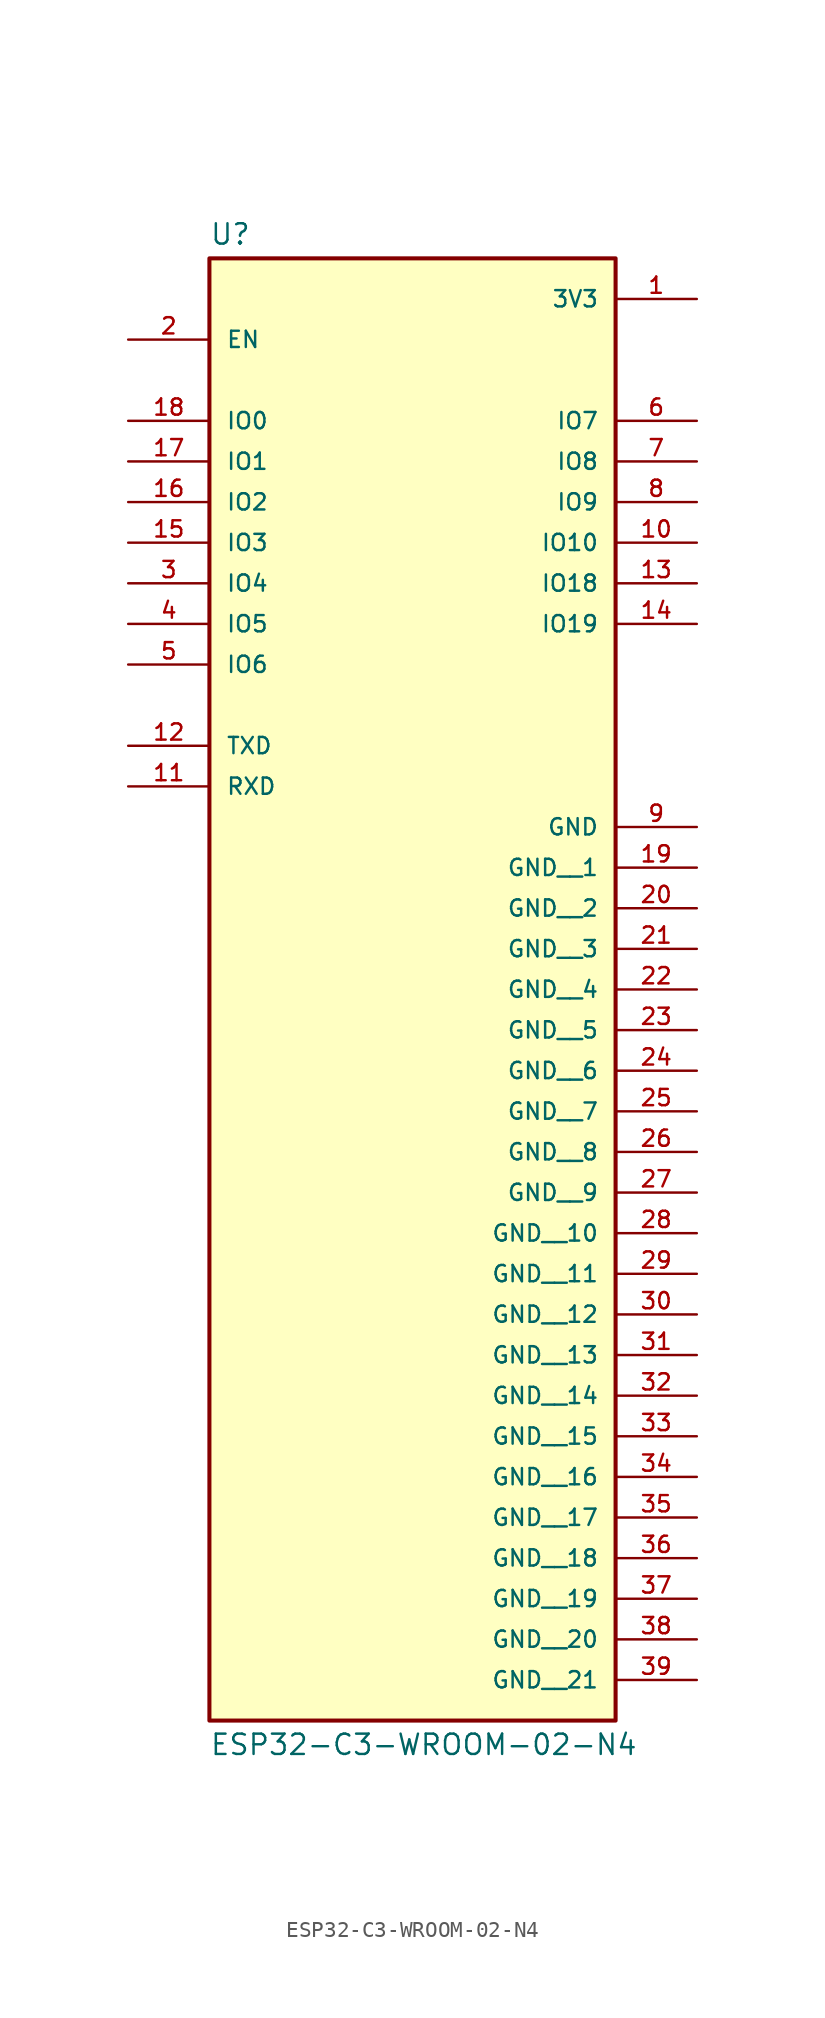
<source format=kicad_sym>
(kicad_symbol_lib
  (version 20211014)
  (generator kicad_symbol_editor)
  (symbol "ESP32-C3-WROOM-02-N4"
    (pin_names
      (offset 1.016))
    (property "Reference" "U"
      (at -12.7 21.082 0)
      (effects (font (size 1.27 1.27)) (justify bottom left)))
    (property "Value" "ESP32-C3-WROOM-02-N4"
      (at -12.7 -71.882 0)
      (effects (font (size 1.27 1.27)) (justify top left)))
    (symbol "ESP32-C3-WROOM-02-N4_0_0"
      (rectangle (start -12.7 -71.12) (end 12.7 20.32) (stroke (width 0.254)) (fill (type background)))
      (pin power_in line (at 17.78 17.78 180.0) (length 5.08) (name "3V3" (effects (font (size 1.016 1.016)))) (number "1" (effects (font (size 1.016 1.016)))))
      (pin input line (at -17.78 15.24 0) (length 5.08) (name "EN" (effects (font (size 1.016 1.016)))) (number "2" (effects (font (size 1.016 1.016)))))
      (pin power_in line (at 17.78 -15.24 180.0) (length 5.08) (name "GND" (effects (font (size 1.016 1.016)))) (number "9" (effects (font (size 1.016 1.016)))))
      (pin bidirectional line (at -17.78 10.16 0) (length 5.08) (name "IO0" (effects (font (size 1.016 1.016)))) (number "18" (effects (font (size 1.016 1.016)))))
      (pin bidirectional line (at -17.78 7.62 0) (length 5.08) (name "IO1" (effects (font (size 1.016 1.016)))) (number "17" (effects (font (size 1.016 1.016)))))
      (pin bidirectional line (at -17.78 5.08 0) (length 5.08) (name "IO2" (effects (font (size 1.016 1.016)))) (number "16" (effects (font (size 1.016 1.016)))))
      (pin bidirectional line (at -17.78 2.54 0) (length 5.08) (name "IO3" (effects (font (size 1.016 1.016)))) (number "15" (effects (font (size 1.016 1.016)))))
      (pin bidirectional line (at -17.78 0.0 0) (length 5.08) (name "IO4" (effects (font (size 1.016 1.016)))) (number "3" (effects (font (size 1.016 1.016)))))
      (pin bidirectional line (at -17.78 -2.54 0) (length 5.08) (name "IO5" (effects (font (size 1.016 1.016)))) (number "4" (effects (font (size 1.016 1.016)))))
      (pin bidirectional line (at -17.78 -5.08 0) (length 5.08) (name "IO6" (effects (font (size 1.016 1.016)))) (number "5" (effects (font (size 1.016 1.016)))))
      (pin bidirectional line (at 17.78 10.16 180.0) (length 5.08) (name "IO7" (effects (font (size 1.016 1.016)))) (number "6" (effects (font (size 1.016 1.016)))))
      (pin bidirectional line (at 17.78 7.62 180.0) (length 5.08) (name "IO8" (effects (font (size 1.016 1.016)))) (number "7" (effects (font (size 1.016 1.016)))))
      (pin bidirectional line (at 17.78 5.08 180.0) (length 5.08) (name "IO9" (effects (font (size 1.016 1.016)))) (number "8" (effects (font (size 1.016 1.016)))))
      (pin bidirectional line (at 17.78 2.54 180.0) (length 5.08) (name "IO10" (effects (font (size 1.016 1.016)))) (number "10" (effects (font (size 1.016 1.016)))))
      (pin bidirectional line (at 17.78 0.0 180.0) (length 5.08) (name "IO18" (effects (font (size 1.016 1.016)))) (number "13" (effects (font (size 1.016 1.016)))))
      (pin bidirectional line (at 17.78 -2.54 180.0) (length 5.08) (name "IO19" (effects (font (size 1.016 1.016)))) (number "14" (effects (font (size 1.016 1.016)))))
      (pin bidirectional line (at -17.78 -10.16 0) (length 5.08) (name "TXD" (effects (font (size 1.016 1.016)))) (number "12" (effects (font (size 1.016 1.016)))))
      (pin bidirectional line (at -17.78 -12.7 0) (length 5.08) (name "RXD" (effects (font (size 1.016 1.016)))) (number "11" (effects (font (size 1.016 1.016)))))
      (pin power_in line (at 17.78 -17.78 180.0) (length 5.08) (name "GND__1" (effects (font (size 1.016 1.016)))) (number "19" (effects (font (size 1.016 1.016)))))
      (pin power_in line (at 17.78 -20.32 180.0) (length 5.08) (name "GND__2" (effects (font (size 1.016 1.016)))) (number "20" (effects (font (size 1.016 1.016)))))
      (pin power_in line (at 17.78 -22.86 180.0) (length 5.08) (name "GND__3" (effects (font (size 1.016 1.016)))) (number "21" (effects (font (size 1.016 1.016)))))
      (pin power_in line (at 17.78 -25.4 180.0) (length 5.08) (name "GND__4" (effects (font (size 1.016 1.016)))) (number "22" (effects (font (size 1.016 1.016)))))
      (pin power_in line (at 17.78 -27.94 180.0) (length 5.08) (name "GND__5" (effects (font (size 1.016 1.016)))) (number "23" (effects (font (size 1.016 1.016)))))
      (pin power_in line (at 17.78 -30.48 180.0) (length 5.08) (name "GND__6" (effects (font (size 1.016 1.016)))) (number "24" (effects (font (size 1.016 1.016)))))
      (pin power_in line (at 17.78 -33.02 180.0) (length 5.08) (name "GND__7" (effects (font (size 1.016 1.016)))) (number "25" (effects (font (size 1.016 1.016)))))
      (pin power_in line (at 17.78 -35.56 180.0) (length 5.08) (name "GND__8" (effects (font (size 1.016 1.016)))) (number "26" (effects (font (size 1.016 1.016)))))
      (pin power_in line (at 17.78 -38.1 180.0) (length 5.08) (name "GND__9" (effects (font (size 1.016 1.016)))) (number "27" (effects (font (size 1.016 1.016)))))
      (pin power_in line (at 17.78 -40.64 180.0) (length 5.08) (name "GND__10" (effects (font (size 1.016 1.016)))) (number "28" (effects (font (size 1.016 1.016)))))
      (pin power_in line (at 17.78 -43.18 180.0) (length 5.08) (name "GND__11" (effects (font (size 1.016 1.016)))) (number "29" (effects (font (size 1.016 1.016)))))
      (pin power_in line (at 17.78 -45.72 180.0) (length 5.08) (name "GND__12" (effects (font (size 1.016 1.016)))) (number "30" (effects (font (size 1.016 1.016)))))
      (pin power_in line (at 17.78 -48.26 180.0) (length 5.08) (name "GND__13" (effects (font (size 1.016 1.016)))) (number "31" (effects (font (size 1.016 1.016)))))
      (pin power_in line (at 17.78 -50.8 180.0) (length 5.08) (name "GND__14" (effects (font (size 1.016 1.016)))) (number "32" (effects (font (size 1.016 1.016)))))
      (pin power_in line (at 17.78 -53.34 180.0) (length 5.08) (name "GND__15" (effects (font (size 1.016 1.016)))) (number "33" (effects (font (size 1.016 1.016)))))
      (pin power_in line (at 17.78 -55.88 180.0) (length 5.08) (name "GND__16" (effects (font (size 1.016 1.016)))) (number "34" (effects (font (size 1.016 1.016)))))
      (pin power_in line (at 17.78 -58.42 180.0) (length 5.08) (name "GND__17" (effects (font (size 1.016 1.016)))) (number "35" (effects (font (size 1.016 1.016)))))
      (pin power_in line (at 17.78 -60.96 180.0) (length 5.08) (name "GND__18" (effects (font (size 1.016 1.016)))) (number "36" (effects (font (size 1.016 1.016)))))
      (pin power_in line (at 17.78 -63.5 180.0) (length 5.08) (name "GND__19" (effects (font (size 1.016 1.016)))) (number "37" (effects (font (size 1.016 1.016)))))
      (pin power_in line (at 17.78 -66.04 180.0) (length 5.08) (name "GND__20" (effects (font (size 1.016 1.016)))) (number "38" (effects (font (size 1.016 1.016)))))
      (pin power_in line (at 17.78 -68.58 180.0) (length 5.08) (name "GND__21" (effects (font (size 1.016 1.016)))) (number "39" (effects (font (size 1.016 1.016))))))))
</source>
